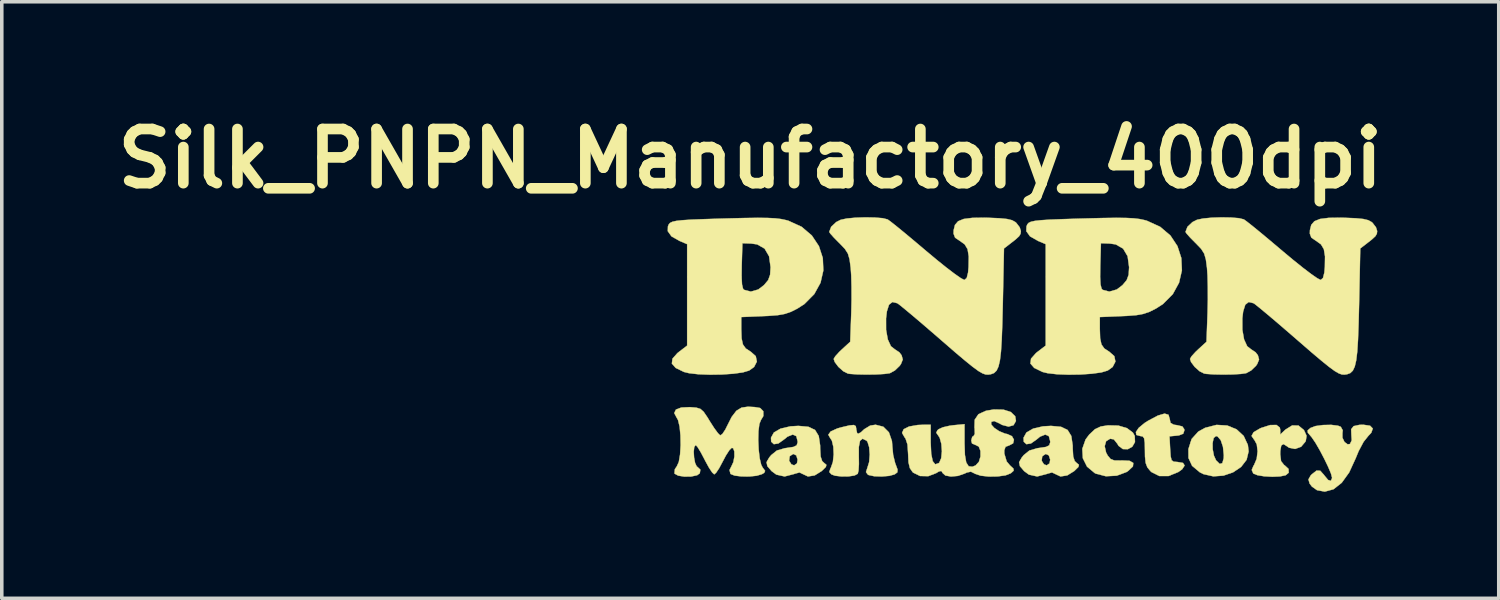
<source format=kicad_pcb>
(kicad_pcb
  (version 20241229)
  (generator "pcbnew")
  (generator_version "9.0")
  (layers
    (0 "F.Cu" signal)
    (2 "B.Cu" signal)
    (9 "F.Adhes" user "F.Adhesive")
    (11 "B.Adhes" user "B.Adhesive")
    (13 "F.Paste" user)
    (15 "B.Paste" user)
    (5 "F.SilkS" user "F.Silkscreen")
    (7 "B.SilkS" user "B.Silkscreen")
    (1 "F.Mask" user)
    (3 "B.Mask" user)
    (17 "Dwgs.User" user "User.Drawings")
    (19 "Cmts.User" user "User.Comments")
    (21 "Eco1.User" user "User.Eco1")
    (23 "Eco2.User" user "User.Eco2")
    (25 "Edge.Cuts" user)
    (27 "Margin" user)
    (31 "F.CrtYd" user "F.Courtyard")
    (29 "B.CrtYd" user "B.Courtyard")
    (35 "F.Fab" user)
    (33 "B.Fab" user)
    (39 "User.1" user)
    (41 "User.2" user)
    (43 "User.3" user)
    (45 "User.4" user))
  (footprint "Silk_PNPN_Manufactory_400dpi"
    (layer "F.Cu")
    (at 25.698 6.498)
    (property "Reference" "Silk_PNPN_Manufactory_400dpi" (at -7.62 -5.08 0) (layer "F.SilkS") (effects (font (size 1.524 1.524) (thickness 0.3))))
    (attr through_hole)
    (fp_poly (pts (xy 5.813 2.435) (xy 6.075 2.543) (xy 6.275 2.729) (xy 6.392 2.981) (xy 6.413 3.163) (xy 6.356 3.4) (xy 6.201 3.601) (xy 5.975 3.753) (xy 5.706 3.845) (xy 5.42 3.866) (xy 5.144 3.804) (xy 5.036 3.75) (xy 4.821 3.569) (xy 4.72 3.35) (xy 4.718 3.097) (xy 4.774 2.922) (xy 5.399 2.922) (xy 5.401 3.101) (xy 5.436 3.282) (xy 5.497 3.416) (xy 5.599 3.516) (xy 5.673 3.495) (xy 5.711 3.359) (xy 5.715 3.271) (xy 5.691 3.034) (xy 5.628 2.847) (xy 5.539 2.743) (xy 5.494 2.731) (xy 5.43 2.785) (xy 5.399 2.922) (xy 4.774 2.922) (xy 4.808 2.815) (xy 4.995 2.607) (xy 5.189 2.499) (xy 5.51 2.417) (xy 5.813 2.435)) (stroke (width 0.01) (type solid)) (fill yes) (layer "F.SilkS"))
    (fp_poly (pts (xy 2.745 2.437) (xy 2.988 2.509) (xy 3.155 2.635) (xy 3.206 2.727) (xy 3.213 2.9) (xy 3.138 3.03) (xy 3.013 3.101) (xy 2.873 3.098) (xy 2.75 3.006) (xy 2.718 2.95) (xy 2.617 2.824) (xy 2.513 2.807) (xy 2.4 2.876) (xy 2.36 3.017) (xy 2.399 3.194) (xy 2.444 3.279) (xy 2.527 3.378) (xy 2.634 3.419) (xy 2.811 3.42) (xy 2.844 3.418) (xy 3.06 3.428) (xy 3.166 3.489) (xy 3.155 3.587) (xy 3.023 3.712) (xy 2.973 3.745) (xy 2.7 3.847) (xy 2.395 3.863) (xy 2.115 3.791) (xy 2.08 3.774) (xy 1.863 3.593) (xy 1.745 3.356) (xy 1.73 3.091) (xy 1.822 2.828) (xy 1.925 2.69) (xy 2.086 2.539) (xy 2.25 2.462) (xy 2.454 2.43) (xy 2.745 2.437)) (stroke (width 0.01) (type solid)) (fill yes) (layer "F.SilkS"))
    (fp_poly (pts (xy 4.157 2.132) (xy 4.191 2.25) (xy 4.214 2.361) (xy 4.306 2.412) (xy 4.397 2.425) (xy 4.547 2.46) (xy 4.601 2.539) (xy 4.604 2.572) (xy 4.571 2.666) (xy 4.453 2.712) (xy 4.394 2.719) (xy 4.185 2.739) (xy 4.204 3.1) (xy 4.218 3.304) (xy 4.245 3.411) (xy 4.301 3.453) (xy 4.404 3.461) (xy 4.407 3.461) (xy 4.566 3.488) (xy 4.611 3.561) (xy 4.542 3.666) (xy 4.434 3.744) (xy 4.159 3.856) (xy 3.9 3.857) (xy 3.68 3.747) (xy 3.648 3.718) (xy 3.561 3.612) (xy 3.514 3.488) (xy 3.495 3.306) (xy 3.493 3.146) (xy 3.489 2.922) (xy 3.471 2.796) (xy 3.432 2.742) (xy 3.365 2.731) (xy 3.252 2.7) (xy 3.239 2.618) (xy 3.318 2.501) (xy 3.483 2.364) (xy 3.582 2.301) (xy 3.857 2.155) (xy 4.047 2.099) (xy 4.157 2.132)) (stroke (width 0.01) (type solid)) (fill yes) (layer "F.SilkS"))
    (fp_poly (pts (xy 7.291 2.492) (xy 7.303 2.551) (xy 7.303 2.689) (xy 7.449 2.551) (xy 7.639 2.433) (xy 7.816 2.435) (xy 7.965 2.557) (xy 7.977 2.574) (xy 8.045 2.723) (xy 8.024 2.861) (xy 8.012 2.89) (xy 7.891 3.033) (xy 7.722 3.094) (xy 7.552 3.06) (xy 7.501 3.024) (xy 7.395 2.957) (xy 7.332 2.997) (xy 7.305 3.15) (xy 7.303 3.247) (xy 7.327 3.438) (xy 7.41 3.544) (xy 7.429 3.556) (xy 7.537 3.656) (xy 7.542 3.764) (xy 7.456 3.835) (xy 7.295 3.868) (xy 7.08 3.877) (xy 6.855 3.865) (xy 6.664 3.834) (xy 6.549 3.788) (xy 6.543 3.781) (xy 6.501 3.686) (xy 6.55 3.569) (xy 6.567 3.545) (xy 6.641 3.37) (xy 6.666 3.16) (xy 6.643 2.964) (xy 6.571 2.833) (xy 6.563 2.827) (xy 6.496 2.728) (xy 6.554 2.623) (xy 6.736 2.516) (xy 6.768 2.502) (xy 7.019 2.422) (xy 7.198 2.419) (xy 7.291 2.492)) (stroke (width 0.01) (type solid)) (fill yes) (layer "F.SilkS"))
    (fp_poly (pts (xy 9.834 2.441) (xy 9.91 2.519) (xy 9.867 2.639) (xy 9.784 2.727) (xy 9.65 2.895) (xy 9.512 3.154) (xy 9.426 3.362) (xy 9.245 3.756) (xy 9.035 4.047) (xy 8.804 4.229) (xy 8.559 4.296) (xy 8.339 4.255) (xy 8.196 4.154) (xy 8.131 4.069) (xy 8.098 3.953) (xy 8.159 3.844) (xy 8.19 3.811) (xy 8.326 3.704) (xy 8.43 3.708) (xy 8.536 3.826) (xy 8.547 3.842) (xy 8.652 3.968) (xy 8.73 3.993) (xy 8.763 3.914) (xy 8.763 3.904) (xy 8.733 3.788) (xy 8.653 3.598) (xy 8.542 3.368) (xy 8.417 3.13) (xy 8.294 2.918) (xy 8.191 2.767) (xy 8.169 2.741) (xy 8.08 2.635) (xy 8.075 2.573) (xy 8.152 2.506) (xy 8.156 2.503) (xy 8.297 2.45) (xy 8.508 2.421) (xy 8.737 2.416) (xy 8.929 2.44) (xy 9.008 2.47) (xy 9.064 2.57) (xy 9.055 2.647) (xy 9.055 2.778) (xy 9.113 2.898) (xy 9.201 2.964) (xy 9.267 2.955) (xy 9.317 2.852) (xy 9.307 2.699) (xy 9.301 2.54) (xy 9.37 2.452) (xy 9.535 2.416) (xy 9.644 2.413) (xy 9.834 2.441)) (stroke (width 0.01) (type solid)) (fill yes) (layer "F.SilkS"))
    (fp_poly (pts (xy -5.982 2.471) (xy -5.796 2.56) (xy -5.692 2.73) (xy -5.653 2.997) (xy -5.652 3.084) (xy -5.639 3.307) (xy -5.596 3.436) (xy -5.54 3.489) (xy -5.477 3.541) (xy -5.492 3.601) (xy -5.595 3.703) (xy -5.607 3.715) (xy -5.806 3.839) (xy -5.996 3.869) (xy -6.145 3.799) (xy -6.235 3.756) (xy -6.373 3.794) (xy -6.383 3.799) (xy -6.653 3.869) (xy -6.886 3.817) (xy -7.02 3.718) (xy -7.139 3.579) (xy -7.162 3.468) (xy -7.138 3.426) (xy -6.527 3.426) (xy -6.462 3.528) (xy -6.384 3.556) (xy -6.305 3.501) (xy -6.287 3.397) (xy -6.325 3.275) (xy -6.413 3.235) (xy -6.505 3.297) (xy -6.511 3.305) (xy -6.527 3.426) (xy -7.138 3.426) (xy -7.089 3.339) (xy -7.031 3.268) (xy -6.872 3.139) (xy -6.65 3.074) (xy -6.586 3.065) (xy -6.403 3.037) (xy -6.314 2.993) (xy -6.287 2.912) (xy -6.287 2.879) (xy -6.324 2.734) (xy -6.425 2.689) (xy -6.572 2.748) (xy -6.668 2.826) (xy -6.828 2.94) (xy -6.956 2.96) (xy -7.031 2.891) (xy -7.037 2.779) (xy -6.955 2.631) (xy -6.767 2.522) (xy -6.491 2.458) (xy -6.265 2.445) (xy -5.982 2.471)) (stroke (width 0.01) (type solid)) (fill yes) (layer "F.SilkS"))
    (fp_poly (pts (xy 1.13 2.471) (xy 1.316 2.56) (xy 1.42 2.73) (xy 1.459 2.997) (xy 1.46 3.084) (xy 1.473 3.307) (xy 1.516 3.436) (xy 1.572 3.489) (xy 1.635 3.541) (xy 1.62 3.601) (xy 1.517 3.703) (xy 1.505 3.715) (xy 1.306 3.839) (xy 1.116 3.869) (xy 0.967 3.799) (xy 0.877 3.756) (xy 0.739 3.794) (xy 0.729 3.799) (xy 0.459 3.869) (xy 0.226 3.817) (xy 0.092 3.718) (xy -0.027 3.579) (xy -0.05 3.468) (xy -0.026 3.426) (xy 0.585 3.426) (xy 0.65 3.528) (xy 0.728 3.556) (xy 0.807 3.501) (xy 0.826 3.397) (xy 0.787 3.275) (xy 0.699 3.235) (xy 0.607 3.297) (xy 0.601 3.305) (xy 0.585 3.426) (xy -0.026 3.426) (xy 0.023 3.339) (xy 0.081 3.268) (xy 0.24 3.139) (xy 0.462 3.074) (xy 0.526 3.065) (xy 0.709 3.037) (xy 0.798 2.993) (xy 0.825 2.912) (xy 0.826 2.879) (xy 0.788 2.734) (xy 0.687 2.689) (xy 0.54 2.748) (xy 0.445 2.826) (xy 0.284 2.94) (xy 0.156 2.96) (xy 0.081 2.891) (xy 0.075 2.779) (xy 0.157 2.631) (xy 0.345 2.522) (xy 0.621 2.458) (xy 0.847 2.445) (xy 1.13 2.471)) (stroke (width 0.01) (type solid)) (fill yes) (layer "F.SilkS"))
    (fp_poly (pts (xy -3.873 2.469) (xy -3.716 2.627) (xy -3.631 2.872) (xy -3.619 3.027) (xy -3.597 3.262) (xy -3.542 3.487) (xy -3.528 3.526) (xy -3.473 3.674) (xy -3.478 3.752) (xy -3.547 3.805) (xy -3.555 3.81) (xy -3.706 3.852) (xy -3.916 3.87) (xy -4.128 3.863) (xy -4.286 3.829) (xy -4.309 3.817) (xy -4.362 3.745) (xy -4.325 3.632) (xy -4.273 3.464) (xy -4.256 3.252) (xy -4.272 3.046) (xy -4.319 2.894) (xy -4.347 2.86) (xy -4.458 2.806) (xy -4.53 2.865) (xy -4.564 3.04) (xy -4.564 3.293) (xy -4.561 3.521) (xy -4.572 3.703) (xy -4.594 3.794) (xy -4.685 3.842) (xy -4.853 3.867) (xy -5.052 3.869) (xy -5.232 3.848) (xy -5.334 3.811) (xy -5.395 3.744) (xy -5.364 3.646) (xy -5.35 3.622) (xy -5.294 3.463) (xy -5.271 3.251) (xy -5.281 3.034) (xy -5.322 2.861) (xy -5.367 2.793) (xy -5.423 2.695) (xy -5.356 2.602) (xy -5.168 2.517) (xy -5.05 2.484) (xy -4.83 2.432) (xy -4.705 2.42) (xy -4.649 2.451) (xy -4.636 2.529) (xy -4.636 2.54) (xy -4.613 2.643) (xy -4.582 2.667) (xy -4.503 2.625) (xy -4.413 2.54) (xy -4.244 2.437) (xy -4.091 2.413) (xy -3.873 2.469)) (stroke (width 0.01) (type solid)) (fill yes) (layer "F.SilkS"))
    (fp_poly (pts (xy -7.134 -3.411) (xy -6.92 -3.4) (xy -6.754 -3.38) (xy -6.613 -3.35) (xy -6.55 -3.333) (xy -6.175 -3.162) (xy -5.887 -2.917) (xy -5.687 -2.617) (xy -5.578 -2.282) (xy -5.563 -1.932) (xy -5.642 -1.586) (xy -5.819 -1.265) (xy -6.095 -0.987) (xy -6.293 -0.859) (xy -6.476 -0.767) (xy -6.646 -0.709) (xy -6.845 -0.673) (xy -7.113 -0.652) (xy -7.255 -0.646) (xy -7.874 -0.62) (xy -7.874 -0.284) (xy -7.865 -0.02) (xy -7.828 0.151) (xy -7.748 0.264) (xy -7.613 0.353) (xy -7.608 0.355) (xy -7.466 0.481) (xy -7.435 0.635) (xy -7.513 0.786) (xy -7.652 0.886) (xy -7.83 0.939) (xy -8.098 0.976) (xy -8.419 0.998) (xy -8.758 1.003) (xy -9.079 0.991) (xy -9.344 0.961) (xy -9.487 0.926) (xy -9.72 0.813) (xy -9.828 0.69) (xy -9.811 0.552) (xy -9.671 0.394) (xy -9.62 0.354) (xy -9.398 0.184) (xy -9.398 -1.749) (xy -7.864 -1.749) (xy -7.853 -1.539) (xy -7.825 -1.421) (xy -7.797 -1.387) (xy -7.605 -1.336) (xy -7.395 -1.396) (xy -7.234 -1.519) (xy -7.116 -1.66) (xy -7.062 -1.81) (xy -7.048 -2.024) (xy -7.091 -2.332) (xy -7.217 -2.547) (xy -7.425 -2.666) (xy -7.591 -2.69) (xy -7.842 -2.699) (xy -7.861 -2.069) (xy -7.864 -1.749) (xy -9.398 -1.749) (xy -9.398 -2.673) (xy -9.609 -2.762) (xy -9.839 -2.892) (xy -9.943 -3.038) (xy -9.939 -3.172) (xy -9.917 -3.227) (xy -9.88 -3.27) (xy -9.813 -3.303) (xy -9.702 -3.328) (xy -9.531 -3.347) (xy -9.285 -3.363) (xy -8.949 -3.376) (xy -8.508 -3.39) (xy -8.255 -3.397) (xy -7.781 -3.409) (xy -7.414 -3.414) (xy -7.134 -3.411)) (stroke (width 0.01) (type solid)) (fill yes) (layer "F.SilkS"))
    (fp_poly (pts (xy 2.963 -3.411) (xy 3.176 -3.4) (xy 3.343 -3.38) (xy 3.483 -3.35) (xy 3.546 -3.333) (xy 3.921 -3.162) (xy 4.21 -2.917) (xy 4.409 -2.617) (xy 4.518 -2.282) (xy 4.534 -1.932) (xy 4.454 -1.586) (xy 4.278 -1.265) (xy 4.002 -0.987) (xy 3.803 -0.859) (xy 3.621 -0.767) (xy 3.45 -0.709) (xy 3.252 -0.673) (xy 2.984 -0.652) (xy 2.842 -0.646) (xy 2.223 -0.62) (xy 2.223 -0.284) (xy 2.232 -0.02) (xy 2.269 0.151) (xy 2.348 0.264) (xy 2.484 0.353) (xy 2.488 0.355) (xy 2.631 0.481) (xy 2.662 0.635) (xy 2.584 0.786) (xy 2.445 0.886) (xy 2.267 0.939) (xy 1.999 0.976) (xy 1.677 0.998) (xy 1.338 1.003) (xy 1.018 0.991) (xy 0.753 0.961) (xy 0.61 0.926) (xy 0.376 0.813) (xy 0.269 0.69) (xy 0.286 0.552) (xy 0.426 0.394) (xy 0.476 0.354) (xy 0.699 0.184) (xy 0.699 -1.749) (xy 2.232 -1.749) (xy 2.243 -1.539) (xy 2.272 -1.421) (xy 2.299 -1.387) (xy 2.491 -1.336) (xy 2.701 -1.396) (xy 2.862 -1.519) (xy 2.98 -1.66) (xy 3.035 -1.81) (xy 3.048 -2.024) (xy 3.006 -2.332) (xy 2.879 -2.547) (xy 2.671 -2.666) (xy 2.505 -2.69) (xy 2.254 -2.699) (xy 2.236 -2.069) (xy 2.232 -1.749) (xy 0.699 -1.749) (xy 0.699 -2.673) (xy 0.487 -2.762) (xy 0.258 -2.892) (xy 0.153 -3.038) (xy 0.158 -3.172) (xy 0.18 -3.227) (xy 0.216 -3.27) (xy 0.283 -3.303) (xy 0.395 -3.328) (xy 0.566 -3.347) (xy 0.812 -3.363) (xy 1.148 -3.376) (xy 1.588 -3.39) (xy 1.841 -3.397) (xy 2.315 -3.409) (xy 2.682 -3.414) (xy 2.963 -3.411)) (stroke (width 0.01) (type solid)) (fill yes) (layer "F.SilkS"))
    (fp_poly (pts (xy -7.497 1.915) (xy -7.354 1.939) (xy -7.339 1.944) (xy -7.253 2.032) (xy -7.252 2.167) (xy -7.318 2.277) (xy -7.364 2.39) (xy -7.39 2.591) (xy -7.396 2.844) (xy -7.384 3.111) (xy -7.356 3.356) (xy -7.312 3.542) (xy -7.272 3.618) (xy -7.202 3.711) (xy -7.228 3.767) (xy -7.293 3.805) (xy -7.441 3.849) (xy -7.648 3.87) (xy -7.869 3.868) (xy -8.059 3.845) (xy -8.173 3.8) (xy -8.178 3.794) (xy -8.205 3.688) (xy -8.155 3.591) (xy -8.096 3.463) (xy -8.067 3.306) (xy -8.069 3.163) (xy -8.103 3.073) (xy -8.144 3.064) (xy -8.211 3.131) (xy -8.307 3.28) (xy -8.397 3.45) (xy -8.497 3.637) (xy -8.584 3.767) (xy -8.635 3.81) (xy -8.693 3.757) (xy -8.785 3.618) (xy -8.893 3.42) (xy -8.904 3.397) (xy -9.01 3.196) (xy -9.099 3.049) (xy -9.154 2.985) (xy -9.158 2.985) (xy -9.198 3.039) (xy -9.213 3.171) (xy -9.203 3.337) (xy -9.174 3.49) (xy -9.128 3.586) (xy -9.112 3.597) (xy -9.026 3.677) (xy -9.042 3.779) (xy -9.117 3.835) (xy -9.287 3.871) (xy -9.479 3.873) (xy -9.649 3.846) (xy -9.748 3.792) (xy -9.755 3.78) (xy -9.744 3.665) (xy -9.69 3.585) (xy -9.633 3.462) (xy -9.597 3.25) (xy -9.581 2.989) (xy -9.586 2.715) (xy -9.61 2.466) (xy -9.655 2.28) (xy -9.693 2.213) (xy -9.761 2.084) (xy -9.714 1.986) (xy -9.563 1.928) (xy -9.318 1.917) (xy -9.31 1.918) (xy -9.138 1.932) (xy -9.024 1.967) (xy -8.933 2.048) (xy -8.829 2.2) (xy -8.76 2.314) (xy -8.637 2.506) (xy -8.532 2.649) (xy -8.468 2.712) (xy -8.468 2.713) (xy -8.406 2.673) (xy -8.323 2.549) (xy -8.284 2.47) (xy -8.144 2.193) (xy -8.012 2.02) (xy -7.866 1.931) (xy -7.687 1.905) (xy -7.684 1.905) (xy -7.497 1.915)) (stroke (width 0.01) (type solid)) (fill yes) (layer "F.SilkS"))
    (fp_poly (pts (xy -0.49 1.988) (xy -0.282 2.055) (xy -0.16 2.174) (xy -0.139 2.306) (xy -0.207 2.426) (xy -0.347 2.465) (xy -0.527 2.418) (xy -0.603 2.376) (xy -0.753 2.308) (xy -0.834 2.332) (xy -0.835 2.406) (xy -0.749 2.502) (xy -0.61 2.595) (xy -0.447 2.662) (xy -0.38 2.676) (xy -0.251 2.735) (xy -0.195 2.836) (xy -0.219 2.937) (xy -0.329 2.995) (xy -0.33 2.995) (xy -0.432 3.033) (xy -0.467 3.132) (xy -0.467 3.223) (xy -0.4 3.447) (xy -0.308 3.556) (xy -0.209 3.649) (xy -0.203 3.707) (xy -0.282 3.778) (xy -0.429 3.837) (xy -0.652 3.868) (xy -0.902 3.872) (xy -1.131 3.847) (xy -1.29 3.794) (xy -1.3 3.787) (xy -1.408 3.734) (xy -1.525 3.759) (xy -1.582 3.787) (xy -1.772 3.853) (xy -1.968 3.871) (xy -2.126 3.842) (xy -2.2 3.776) (xy -2.24 3.714) (xy -2.31 3.729) (xy -2.387 3.776) (xy -2.608 3.861) (xy -2.839 3.856) (xy -3.032 3.762) (xy -3.048 3.747) (xy -3.126 3.634) (xy -3.165 3.471) (xy -3.175 3.243) (xy -3.193 2.969) (xy -3.248 2.802) (xy -3.276 2.765) (xy -3.346 2.642) (xy -3.3 2.539) (xy -3.148 2.463) (xy -2.902 2.42) (xy -2.723 2.413) (xy -2.54 2.413) (xy -2.54 2.913) (xy -2.525 3.234) (xy -2.482 3.44) (xy -2.411 3.527) (xy -2.314 3.494) (xy -2.297 3.478) (xy -2.243 3.354) (xy -2.224 3.161) (xy -2.239 2.952) (xy -2.286 2.781) (xy -2.319 2.729) (xy -2.383 2.637) (xy -2.35 2.569) (xy -2.317 2.54) (xy -2.198 2.485) (xy -2.007 2.441) (xy -1.903 2.427) (xy -1.587 2.397) (xy -1.587 2.937) (xy -1.576 3.263) (xy -1.539 3.475) (xy -1.471 3.582) (xy -1.367 3.596) (xy -1.274 3.558) (xy -1.182 3.457) (xy -1.137 3.307) (xy -1.138 3.149) (xy -1.186 3.028) (xy -1.27 2.985) (xy -1.376 2.94) (xy -1.397 2.857) (xy -1.37 2.754) (xy -1.333 2.731) (xy -1.298 2.674) (xy -1.302 2.523) (xy -1.307 2.492) (xy -1.3 2.271) (xy -1.195 2.116) (xy -0.984 2.02) (xy -0.764 1.983) (xy -0.49 1.988)) (stroke (width 0.01) (type solid)) (fill yes) (layer "F.SilkS"))
    (fp_poly (pts (xy -4.114 -3.422) (xy -3.892 -3.404) (xy -3.756 -3.37) (xy -3.753 -3.369) (xy -3.672 -3.311) (xy -3.511 -3.184) (xy -3.287 -3.001) (xy -3.017 -2.776) (xy -2.716 -2.522) (xy -2.664 -2.478) (xy -2.362 -2.226) (xy -2.089 -2.007) (xy -1.859 -1.832) (xy -1.69 -1.715) (xy -1.597 -1.666) (xy -1.589 -1.665) (xy -1.525 -1.721) (xy -1.487 -1.872) (xy -1.473 -2.029) (xy -1.468 -2.328) (xy -1.501 -2.531) (xy -1.582 -2.667) (xy -1.719 -2.765) (xy -1.853 -2.856) (xy -1.896 -2.969) (xy -1.893 -3.066) (xy -1.856 -3.215) (xy -1.767 -3.318) (xy -1.609 -3.382) (xy -1.365 -3.413) (xy -1.017 -3.418) (xy -0.911 -3.415) (xy -0.6 -3.402) (xy -0.389 -3.381) (xy -0.25 -3.347) (xy -0.156 -3.295) (xy -0.133 -3.276) (xy -0.034 -3.148) (xy 0 -3.041) (xy -0.009 -2.965) (xy -0.051 -2.895) (xy -0.151 -2.803) (xy -0.318 -2.673) (xy -0.476 -2.552) (xy -0.509 -0.974) (xy -0.523 -0.424) (xy -0.539 0.013) (xy -0.56 0.349) (xy -0.59 0.599) (xy -0.631 0.774) (xy -0.685 0.889) (xy -0.756 0.957) (xy -0.847 0.991) (xy -0.921 1.001) (xy -0.994 0.997) (xy -1.081 0.966) (xy -1.196 0.899) (xy -1.352 0.785) (xy -1.561 0.616) (xy -1.838 0.383) (xy -2.194 0.074) (xy -2.24 0.034) (xy -2.565 -0.247) (xy -2.863 -0.503) (xy -3.119 -0.719) (xy -3.318 -0.884) (xy -3.446 -0.986) (xy -3.482 -1.01) (xy -3.618 -1.043) (xy -3.714 -0.967) (xy -3.774 -0.777) (xy -3.797 -0.583) (xy -3.796 -0.259) (xy -3.748 0.01) (xy -3.66 0.202) (xy -3.552 0.287) (xy -3.423 0.373) (xy -3.359 0.457) (xy -3.326 0.576) (xy -3.377 0.702) (xy -3.412 0.753) (xy -3.548 0.884) (xy -3.689 0.961) (xy -3.838 0.982) (xy -4.068 0.996) (xy -4.337 1) (xy -4.599 0.995) (xy -4.809 0.981) (xy -4.872 0.971) (xy -5.001 0.906) (xy -5.138 0.784) (xy -5.241 0.647) (xy -5.271 0.56) (xy -5.227 0.486) (xy -5.117 0.364) (xy -5.038 0.289) (xy -4.806 0.076) (xy -4.776 -0.749) (xy -4.768 -1.109) (xy -4.769 -1.468) (xy -4.777 -1.785) (xy -4.792 -2.005) (xy -4.824 -2.245) (xy -4.871 -2.406) (xy -4.956 -2.54) (xy -5.102 -2.693) (xy -5.118 -2.708) (xy -5.265 -2.857) (xy -5.366 -2.97) (xy -5.397 -3.018) (xy -5.342 -3.161) (xy -5.201 -3.294) (xy -5.072 -3.359) (xy -4.901 -3.395) (xy -4.658 -3.418) (xy -4.382 -3.427) (xy -4.114 -3.422)) (stroke (width 0.01) (type solid)) (fill yes) (layer "F.SilkS"))
    (fp_poly (pts (xy 5.919 -3.422) (xy 6.141 -3.404) (xy 6.277 -3.37) (xy 6.28 -3.369) (xy 6.361 -3.311) (xy 6.522 -3.184) (xy 6.746 -3.001) (xy 7.016 -2.776) (xy 7.317 -2.522) (xy 7.369 -2.478) (xy 7.671 -2.226) (xy 7.944 -2.007) (xy 8.174 -1.832) (xy 8.343 -1.715) (xy 8.436 -1.666) (xy 8.444 -1.665) (xy 8.508 -1.721) (xy 8.546 -1.872) (xy 8.56 -2.029) (xy 8.565 -2.328) (xy 8.532 -2.531) (xy 8.451 -2.667) (xy 8.314 -2.765) (xy 8.18 -2.856) (xy 8.137 -2.969) (xy 8.14 -3.066) (xy 8.177 -3.215) (xy 8.266 -3.318) (xy 8.424 -3.382) (xy 8.668 -3.413) (xy 9.016 -3.418) (xy 9.122 -3.415) (xy 9.433 -3.402) (xy 9.644 -3.381) (xy 9.783 -3.347) (xy 9.877 -3.295) (xy 9.9 -3.276) (xy 9.999 -3.148) (xy 10.033 -3.041) (xy 10.024 -2.965) (xy 9.982 -2.895) (xy 9.882 -2.803) (xy 9.716 -2.673) (xy 9.557 -2.552) (xy 9.524 -0.974) (xy 9.51 -0.424) (xy 9.494 0.013) (xy 9.473 0.349) (xy 9.443 0.599) (xy 9.402 0.774) (xy 9.348 0.889) (xy 9.277 0.957) (xy 9.186 0.991) (xy 9.112 1.001) (xy 9.039 0.997) (xy 8.952 0.966) (xy 8.837 0.899) (xy 8.681 0.785) (xy 8.472 0.616) (xy 8.195 0.383) (xy 7.839 0.074) (xy 7.793 0.034) (xy 7.468 -0.247) (xy 7.17 -0.503) (xy 6.914 -0.719) (xy 6.715 -0.884) (xy 6.587 -0.986) (xy 6.551 -1.01) (xy 6.415 -1.043) (xy 6.319 -0.967) (xy 6.259 -0.777) (xy 6.236 -0.583) (xy 6.237 -0.259) (xy 6.285 0.01) (xy 6.373 0.202) (xy 6.481 0.287) (xy 6.61 0.373) (xy 6.674 0.457) (xy 6.707 0.576) (xy 6.656 0.702) (xy 6.621 0.753) (xy 6.485 0.884) (xy 6.344 0.961) (xy 6.195 0.982) (xy 5.965 0.996) (xy 5.696 1) (xy 5.434 0.995) (xy 5.224 0.981) (xy 5.161 0.971) (xy 5.032 0.906) (xy 4.895 0.784) (xy 4.792 0.647) (xy 4.763 0.56) (xy 4.806 0.486) (xy 4.916 0.364) (xy 4.995 0.289) (xy 5.227 0.076) (xy 5.257 -0.749) (xy 5.265 -1.109) (xy 5.264 -1.468) (xy 5.256 -1.785) (xy 5.241 -2.005) (xy 5.209 -2.245) (xy 5.162 -2.406) (xy 5.077 -2.54) (xy 4.931 -2.693) (xy 4.915 -2.708) (xy 4.768 -2.857) (xy 4.667 -2.97) (xy 4.636 -3.018) (xy 4.691 -3.161) (xy 4.832 -3.294) (xy 4.961 -3.359) (xy 5.132 -3.395) (xy 5.375 -3.418) (xy 5.651 -3.427) (xy 5.919 -3.422)) (stroke (width 0.01) (type solid)) (fill yes) (layer "F.SilkS")))
  (gr_rect
    (start -3 -3)
    (end 39.155 13.799)
    (stroke (width 0.1) (type default))
    (fill no)
    (layer "Edge.Cuts")))
</source>
